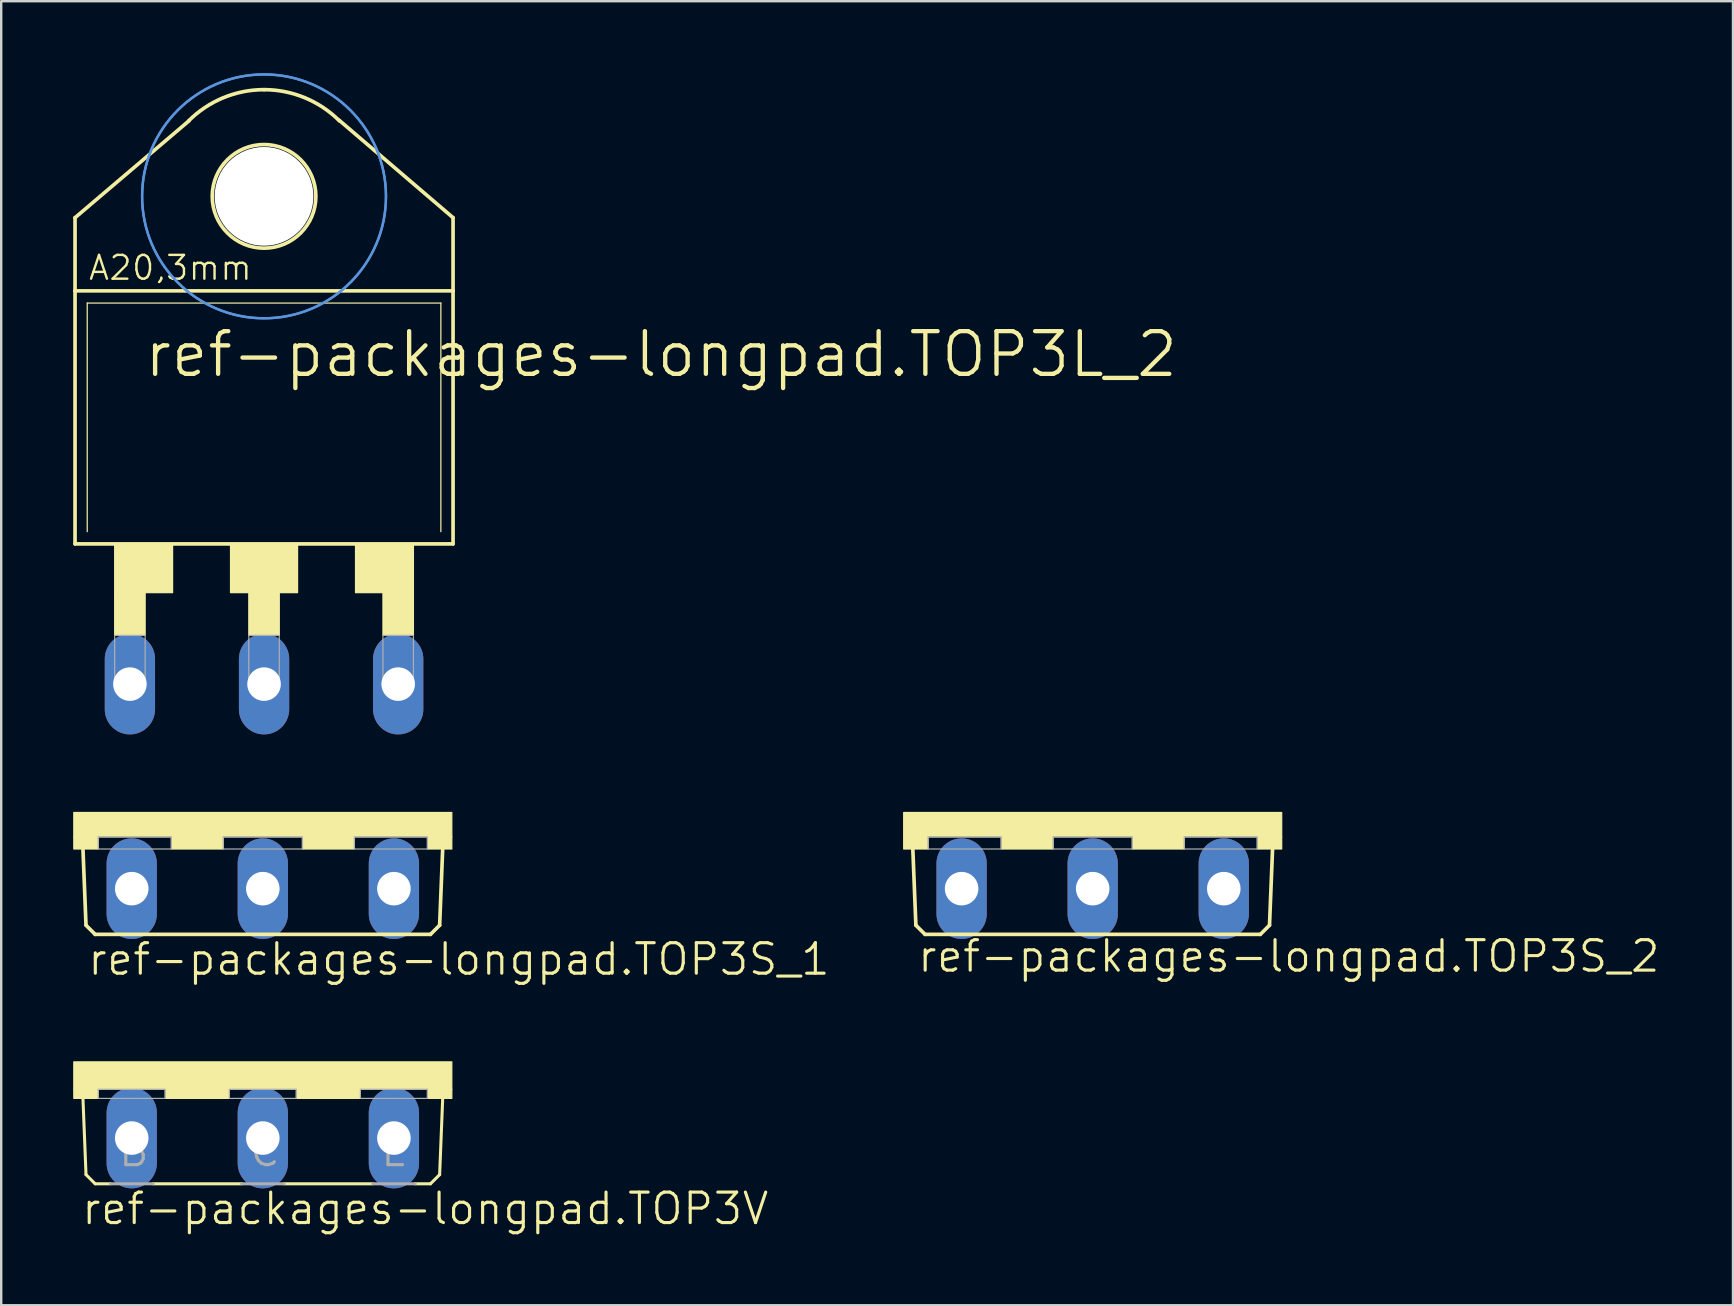
<source format=kicad_pcb>
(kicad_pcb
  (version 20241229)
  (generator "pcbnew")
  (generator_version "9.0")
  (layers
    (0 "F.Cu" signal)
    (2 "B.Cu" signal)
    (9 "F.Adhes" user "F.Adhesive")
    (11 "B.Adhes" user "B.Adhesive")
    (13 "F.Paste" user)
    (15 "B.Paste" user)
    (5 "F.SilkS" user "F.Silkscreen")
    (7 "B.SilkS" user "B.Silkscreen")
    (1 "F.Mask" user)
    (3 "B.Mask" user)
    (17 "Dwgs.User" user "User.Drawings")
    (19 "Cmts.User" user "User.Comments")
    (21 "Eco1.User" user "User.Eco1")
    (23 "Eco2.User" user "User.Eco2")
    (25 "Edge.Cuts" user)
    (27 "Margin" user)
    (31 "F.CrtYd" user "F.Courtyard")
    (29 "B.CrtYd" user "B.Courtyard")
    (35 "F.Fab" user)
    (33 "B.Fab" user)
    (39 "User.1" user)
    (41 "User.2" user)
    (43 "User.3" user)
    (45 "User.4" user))
  (footprint "ref-packages-longpad.TOP3L_2"
    (layer "F.Cu")
    (at 7.95 17.83)
    (property "Reference" "ref-packages-longpad.TOP3L_2" (at -5.08 -5.08 0) (layer "F.SilkS") (effects (font (size 1.778 1.778) (thickness 0.18)) (justify left bottom)))
    (attr through_hole)
    (fp_line (start -7.874 -11.811) (end -3.124 -15.85) (stroke (width 0.152) (type default)) (layer "F.SilkS"))
    (fp_line (start -7.874 -8.763) (end -7.874 -11.811) (stroke (width 0.152) (type default)) (layer "F.SilkS"))
    (fp_line (start -7.874 1.778) (end -7.874 -8.763) (stroke (width 0.152) (type default)) (layer "F.SilkS"))
    (fp_line (start -7.874 1.778) (end 7.874 1.778) (stroke (width 0.152) (type default)) (layer "F.SilkS"))
    (fp_line (start -7.366 1.27) (end -7.366 -8.255) (stroke (width 0.051) (type default)) (layer "F.SilkS"))
    (fp_line (start 7.366 -8.255) (end -7.366 -8.255) (stroke (width 0.051) (type default)) (layer "F.SilkS"))
    (fp_line (start 7.366 -8.255) (end 7.366 1.27) (stroke (width 0.051) (type default)) (layer "F.SilkS"))
    (fp_line (start 7.874 -11.811) (end 3.124 -15.875) (stroke (width 0.152) (type default)) (layer "F.SilkS"))
    (fp_line (start 7.874 -8.763) (end -7.874 -8.763) (stroke (width 0.152) (type default)) (layer "F.SilkS"))
    (fp_line (start 7.874 -8.763) (end 7.874 -11.811) (stroke (width 0.152) (type default)) (layer "F.SilkS"))
    (fp_line (start 7.874 -8.763) (end 7.874 1.778) (stroke (width 0.152) (type default)) (layer "F.SilkS"))
    (fp_rect (start -6.223 3.81) (end -3.81 1.778) (stroke (width 0.05) (type default)) (fill yes) (layer "F.SilkS"))
    (fp_rect (start -6.223 5.588) (end -4.953 3.81) (stroke (width 0.05) (type default)) (fill yes) (layer "F.SilkS"))
    (fp_rect (start -1.397 3.81) (end 1.397 1.778) (stroke (width 0.05) (type default)) (fill yes) (layer "F.SilkS"))
    (fp_rect (start -0.635 5.588) (end 0.635 3.81) (stroke (width 0.05) (type default)) (fill yes) (layer "F.SilkS"))
    (fp_rect (start 3.81 3.81) (end 6.223 1.778) (stroke (width 0.05) (type default)) (fill yes) (layer "F.SilkS"))
    (fp_rect (start 4.953 5.588) (end 6.223 3.81) (stroke (width 0.05) (type default)) (fill yes) (layer "F.SilkS"))
    (fp_arc (start -3.1431 -15.8431) (mid -1.701035 -16.806659) (end 0 -17.145) (stroke (width 0.1524) (type default)) (layer "F.SilkS"))
    (fp_arc (start 0 -17.145) (mid 1.701035 -16.806659) (end 3.1431 -15.8431) (stroke (width 0.1524) (type default)) (layer "F.SilkS"))
    (fp_circle (center 0 -12.7) (end 2.159 -12.7) (stroke (width 0.152) (type default)) (fill no) (layer "F.SilkS"))
    (fp_circle (center 0 -12.7) (end 5.08 -12.7) (stroke (width 0.1) (type default)) (fill no) (layer "Cmts.User"))
    (fp_circle (center 0 -12.7) (end 5.08 -12.7) (stroke (width 0.1) (type default)) (fill no) (layer "Cmts.User"))
    (fp_rect (start -6.223 7.62) (end -4.953 5.588) (stroke (width 0.05) (type default)) (fill no) (layer "F.Fab"))
    (fp_rect (start -0.635 7.62) (end 0.635 5.588) (stroke (width 0.05) (type default)) (fill no) (layer "F.Fab"))
    (fp_rect (start 4.953 7.62) (end 6.223 5.588) (stroke (width 0.05) (type default)) (fill no) (layer "F.Fab"))
    (fp_text user "A20,3mm" (at -7.366 -9.144 0) (layer "F.SilkS") (effects (font (size 0.991 0.991) (thickness 0.1)) (justify left bottom)))
    (pad "" np_thru_hole circle (at 0 -12.7) (size 4.115 4.115) (drill 4.115) (layers "*.Cu" "*.Mask"))
    (pad "A" thru_hole oval (at 0 7.62 90) (size 4.191 2.095) (drill 1.397) (layers "*.Cu" "*.Mask"))
    (pad "C" thru_hole oval (at -5.588 7.62 90) (size 4.191 2.095) (drill 1.397) (layers "*.Cu" "*.Mask"))
    (pad "G" thru_hole oval (at 5.588 7.62 90) (size 4.191 2.095) (drill 1.397) (layers "*.Cu" "*.Mask")))
  (footprint "ref-packages-longpad.TOP3S_2"
    (layer "F.Cu")
    (at 42.471 30.796)
    (property "Reference" "ref-packages-longpad.TOP3S_2" (at -7.366 6.731 0) (layer "F.SilkS") (effects (font (size 1.27 1.27) (thickness 0.13)) (justify left bottom)))
    (attr through_hole)
    (fp_line (start -7.366 4.699) (end -7.493 1.524) (stroke (width 0.152) (type default)) (layer "F.SilkS"))
    (fp_line (start -6.985 5.08) (end -7.366 4.699) (stroke (width 0.152) (type default)) (layer "F.SilkS"))
    (fp_line (start -6.985 5.08) (end 6.985 5.08) (stroke (width 0.152) (type default)) (layer "F.SilkS"))
    (fp_line (start 6.985 5.08) (end 7.366 4.699) (stroke (width 0.152) (type default)) (layer "F.SilkS"))
    (fp_line (start 7.366 4.699) (end 7.493 1.524) (stroke (width 0.152) (type default)) (layer "F.SilkS"))
    (fp_rect (start -7.874 1.016) (end 7.874 0) (stroke (width 0.05) (type default)) (fill yes) (layer "F.SilkS"))
    (fp_rect (start -7.874 1.524) (end -6.858 1.016) (stroke (width 0.05) (type default)) (fill yes) (layer "F.SilkS"))
    (fp_rect (start -3.81 1.524) (end -1.651 1.016) (stroke (width 0.05) (type default)) (fill yes) (layer "F.SilkS"))
    (fp_rect (start 1.651 1.524) (end 3.81 1.016) (stroke (width 0.05) (type default)) (fill yes) (layer "F.SilkS"))
    (fp_rect (start 6.858 1.524) (end 7.874 1.016) (stroke (width 0.05) (type default)) (fill yes) (layer "F.SilkS"))
    (fp_rect (start -6.858 1.524) (end -3.81 1.016) (stroke (width 0.05) (type default)) (fill no) (layer "F.Fab"))
    (fp_rect (start -1.651 1.524) (end 1.651 1.016) (stroke (width 0.05) (type default)) (fill no) (layer "F.Fab"))
    (fp_rect (start 3.81 1.524) (end 6.858 1.016) (stroke (width 0.05) (type default)) (fill no) (layer "F.Fab"))
    (pad "A" thru_hole oval (at 0 3.175 90) (size 4.191 2.095) (drill 1.397) (layers "*.Cu" "*.Mask"))
    (pad "C" thru_hole oval (at -5.461 3.175 90) (size 4.191 2.095) (drill 1.397) (layers "*.Cu" "*.Mask"))
    (pad "G" thru_hole oval (at 5.461 3.175 90) (size 4.191 2.095) (drill 1.397) (layers "*.Cu" "*.Mask")))
  (footprint "ref-packages-longpad.TOP3S_1"
    (layer "F.Cu")
    (at 7.899 30.796)
    (property "Reference" "ref-packages-longpad.TOP3S_1" (at -7.366 6.858 0) (layer "F.SilkS") (effects (font (size 1.27 1.27) (thickness 0.13)) (justify left bottom)))
    (attr through_hole)
    (fp_line (start -7.366 4.699) (end -7.493 1.524) (stroke (width 0.152) (type default)) (layer "F.SilkS"))
    (fp_line (start -6.985 5.08) (end -7.366 4.699) (stroke (width 0.152) (type default)) (layer "F.SilkS"))
    (fp_line (start -6.985 5.08) (end 6.985 5.08) (stroke (width 0.152) (type default)) (layer "F.SilkS"))
    (fp_line (start 6.985 5.08) (end 7.366 4.699) (stroke (width 0.152) (type default)) (layer "F.SilkS"))
    (fp_line (start 7.366 4.699) (end 7.493 1.524) (stroke (width 0.152) (type default)) (layer "F.SilkS"))
    (fp_rect (start -7.874 1.016) (end 7.874 0) (stroke (width 0.05) (type default)) (fill yes) (layer "F.SilkS"))
    (fp_rect (start -7.874 1.524) (end -6.858 1.016) (stroke (width 0.05) (type default)) (fill yes) (layer "F.SilkS"))
    (fp_rect (start -3.81 1.524) (end -1.651 1.016) (stroke (width 0.05) (type default)) (fill yes) (layer "F.SilkS"))
    (fp_rect (start 1.651 1.524) (end 3.81 1.016) (stroke (width 0.05) (type default)) (fill yes) (layer "F.SilkS"))
    (fp_rect (start 6.858 1.524) (end 7.874 1.016) (stroke (width 0.05) (type default)) (fill yes) (layer "F.SilkS"))
    (fp_rect (start -6.858 1.524) (end -3.81 1.016) (stroke (width 0.05) (type default)) (fill no) (layer "F.Fab"))
    (fp_rect (start -1.651 1.524) (end 1.651 1.016) (stroke (width 0.05) (type default)) (fill no) (layer "F.Fab"))
    (fp_rect (start 3.81 1.524) (end 6.858 1.016) (stroke (width 0.05) (type default)) (fill no) (layer "F.Fab"))
    (pad "A1" thru_hole oval (at -5.461 3.175 90) (size 4.191 2.095) (drill 1.397) (layers "*.Cu" "*.Mask"))
    (pad "A2" thru_hole oval (at 0 3.175 90) (size 4.191 2.095) (drill 1.397) (layers "*.Cu" "*.Mask"))
    (pad "G" thru_hole oval (at 5.461 3.175 90) (size 4.191 2.095) (drill 1.397) (layers "*.Cu" "*.Mask")))
  (footprint "ref-packages-longpad.TOP3V"
    (layer "F.Cu")
    (at 7.899 41.186)
    (property "Reference" "ref-packages-longpad.TOP3V" (at -7.62 6.858 0) (layer "F.SilkS") (effects (font (size 1.27 1.27) (thickness 0.13)) (justify left bottom)))
    (attr through_hole)
    (fp_line (start -7.366 4.699) (end -7.493 1.524) (stroke (width 0.127) (type default)) (layer "F.SilkS"))
    (fp_line (start -6.985 5.08) (end -7.366 4.699) (stroke (width 0.127) (type default)) (layer "F.SilkS"))
    (fp_line (start -6.35 5.08) (end -6.985 5.08) (stroke (width 0.127) (type default)) (layer "F.SilkS"))
    (fp_line (start -0.889 5.08) (end -4.572 5.08) (stroke (width 0.127) (type default)) (layer "F.SilkS"))
    (fp_line (start 4.572 5.08) (end 0.889 5.08) (stroke (width 0.127) (type default)) (layer "F.SilkS"))
    (fp_line (start 6.985 5.08) (end 6.35 5.08) (stroke (width 0.127) (type default)) (layer "F.SilkS"))
    (fp_line (start 6.985 5.08) (end 7.366 4.699) (stroke (width 0.127) (type default)) (layer "F.SilkS"))
    (fp_line (start 7.366 4.699) (end 7.493 1.524) (stroke (width 0.127) (type default)) (layer "F.SilkS"))
    (fp_rect (start -7.874 1.143) (end 7.874 0) (stroke (width 0.05) (type default)) (fill yes) (layer "F.SilkS"))
    (fp_rect (start -7.874 1.524) (end -6.858 1.143) (stroke (width 0.05) (type default)) (fill yes) (layer "F.SilkS"))
    (fp_rect (start -4.064 1.524) (end -1.397 1.143) (stroke (width 0.05) (type default)) (fill yes) (layer "F.SilkS"))
    (fp_rect (start 1.397 1.524) (end 4.064 1.143) (stroke (width 0.05) (type default)) (fill yes) (layer "F.SilkS"))
    (fp_rect (start 6.858 1.524) (end 7.874 1.143) (stroke (width 0.05) (type default)) (fill yes) (layer "F.SilkS"))
    (fp_line (start -4.572 5.08) (end -6.35 5.08) (stroke (width 0.127) (type default)) (layer "F.Fab"))
    (fp_line (start 0.889 5.08) (end -0.889 5.08) (stroke (width 0.127) (type default)) (layer "F.Fab"))
    (fp_line (start 6.35 5.08) (end 4.572 5.08) (stroke (width 0.127) (type default)) (layer "F.Fab"))
    (fp_rect (start -6.858 1.524) (end -4.064 1.143) (stroke (width 0.05) (type default)) (fill no) (layer "F.Fab"))
    (fp_rect (start -1.397 1.524) (end 1.397 1.143) (stroke (width 0.05) (type default)) (fill no) (layer "F.Fab"))
    (fp_rect (start 4.064 1.524) (end 6.858 1.143) (stroke (width 0.05) (type default)) (fill no) (layer "F.Fab"))
    (fp_text user "B" (at -6.096 4.445 0) (layer "F.Fab") (effects (font (size 1.27 1.27) (thickness 0.13)) (justify left bottom)))
    (fp_text user "C" (at -0.635 4.445 0) (layer "F.Fab") (effects (font (size 1.27 1.27) (thickness 0.13)) (justify left bottom)))
    (fp_text user "E" (at 4.826 4.445 0) (layer "F.Fab") (effects (font (size 1.27 1.27) (thickness 0.13)) (justify left bottom)))
    (pad "B" thru_hole oval (at -5.461 3.175 90) (size 4.191 2.095) (drill 1.397) (layers "*.Cu" "*.Mask"))
    (pad "C" thru_hole oval (at 0 3.175 90) (size 4.191 2.095) (drill 1.397) (layers "*.Cu" "*.Mask"))
    (pad "E" thru_hole oval (at 5.461 3.175 90) (size 4.191 2.095) (drill 1.397) (layers "*.Cu" "*.Mask")))
  (gr_rect
    (start -3 -3)
    (end 69.145 51.326)
    (stroke (width 0.1) (type default))
    (fill no)
    (layer "Edge.Cuts")))
</source>
